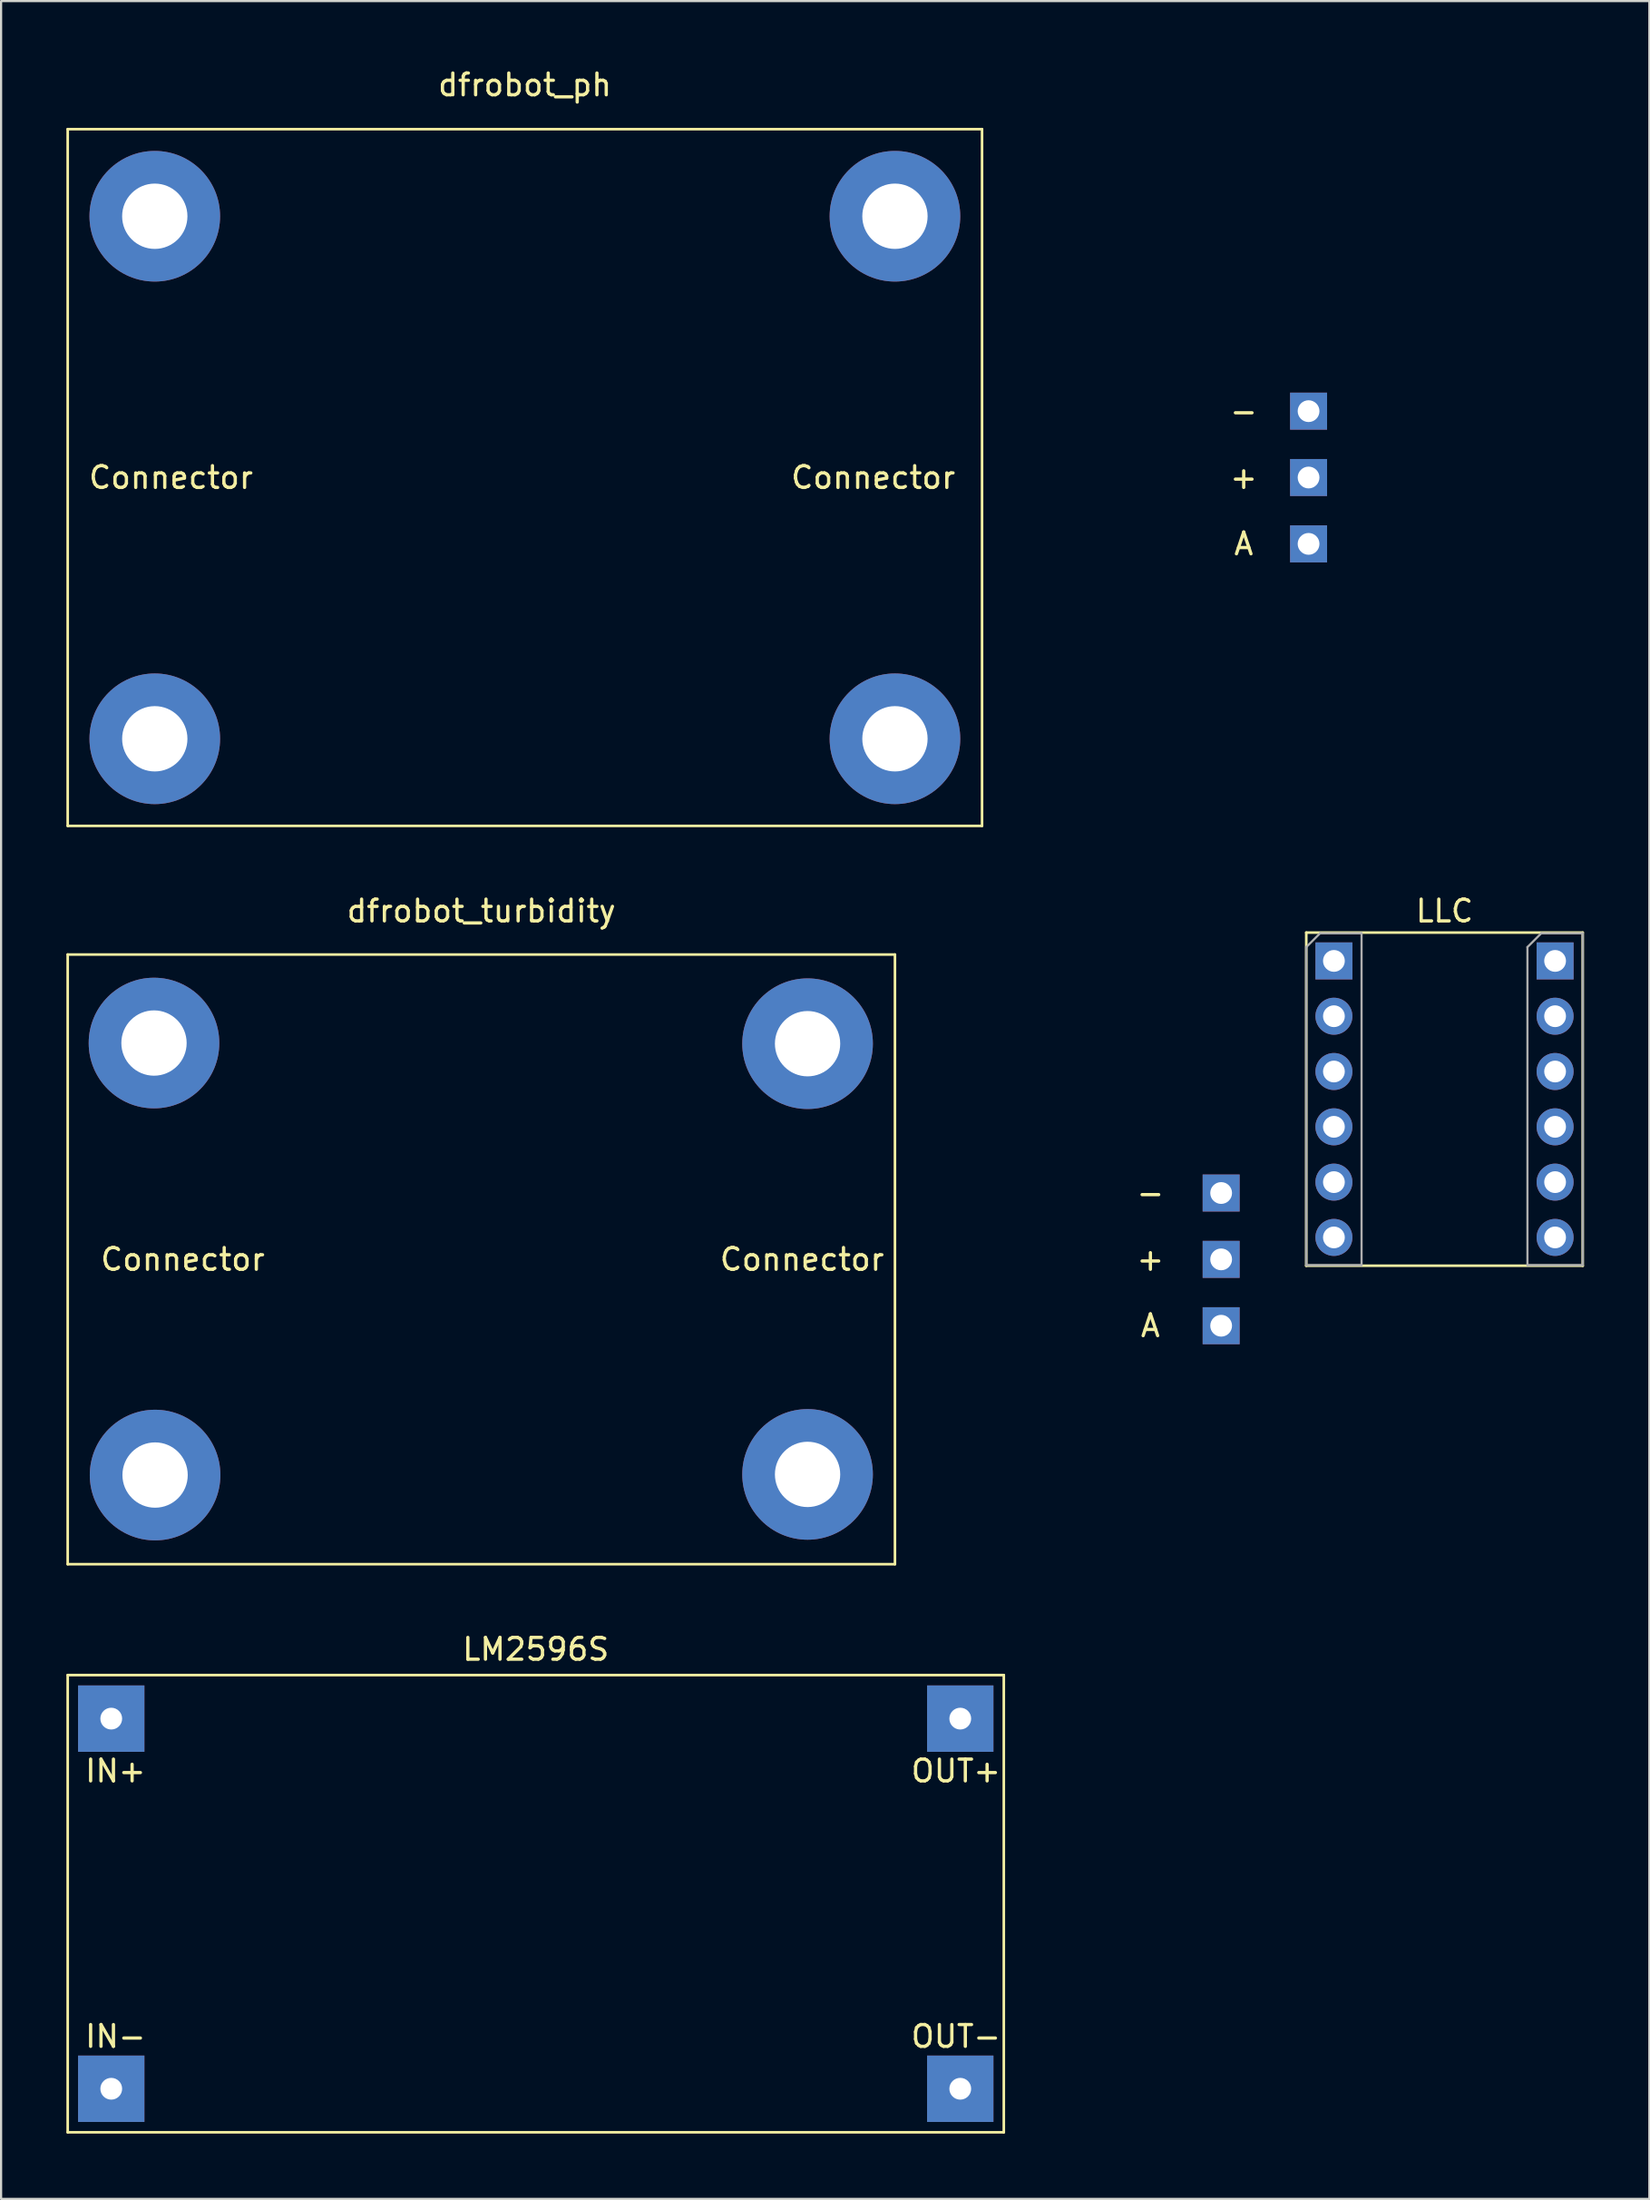
<source format=kicad_pcb>
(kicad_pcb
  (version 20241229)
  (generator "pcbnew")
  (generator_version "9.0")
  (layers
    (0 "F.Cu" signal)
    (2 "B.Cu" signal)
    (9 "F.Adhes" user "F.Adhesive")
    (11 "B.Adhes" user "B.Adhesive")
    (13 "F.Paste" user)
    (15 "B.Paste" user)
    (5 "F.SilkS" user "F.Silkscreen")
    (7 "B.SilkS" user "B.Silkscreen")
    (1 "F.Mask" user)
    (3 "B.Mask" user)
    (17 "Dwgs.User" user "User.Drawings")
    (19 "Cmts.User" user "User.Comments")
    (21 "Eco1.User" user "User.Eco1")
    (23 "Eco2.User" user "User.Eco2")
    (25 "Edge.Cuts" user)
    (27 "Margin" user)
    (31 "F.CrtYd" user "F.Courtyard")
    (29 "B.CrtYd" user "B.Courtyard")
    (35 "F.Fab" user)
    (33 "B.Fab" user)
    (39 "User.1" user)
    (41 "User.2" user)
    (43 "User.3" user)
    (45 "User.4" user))
  (footprint "dfrobot_turbidity"
    (layer "F.Cu")
    (at 19.06 54.792)
    (property "Reference" "dfrobot_turbidity" (at 0 -16.002 0) (layer "F.SilkS") (effects (font (size 1 1) (thickness 0.15))))
    (attr through_hole)
    (fp_line (start -19 -14) (end -19 14) (stroke (width 0.12) (type solid)) (layer "F.SilkS"))
    (fp_line (start -19 -14) (end 19 -14) (stroke (width 0.12) (type solid)) (layer "F.SilkS"))
    (fp_line (start -19 14) (end 19 14) (stroke (width 0.12) (type solid)) (layer "F.SilkS"))
    (fp_line (start 19 -14) (end 19 14) (stroke (width 0.12) (type solid)) (layer "F.SilkS"))
    (fp_text user "Connector" (at 14.732 0 0) (layer "F.SilkS") (effects (font (size 1 1) (thickness 0.15))))
    (fp_text user "Connector" (at -13.716 0 0) (layer "F.SilkS") (effects (font (size 1 1) (thickness 0.15))))
    (fp_text user "+" (at 30.734 0 0) (layer "F.SilkS") (effects (font (size 1 1) (thickness 0.15))))
    (fp_text user "-" (at 30.734 -3.048 0) (layer "F.SilkS") (effects (font (size 1 1) (thickness 0.15))))
    (fp_text user "A" (at 30.734 3.048 0) (layer "F.SilkS") (effects (font (size 1 1) (thickness 0.15))))
    (pad "1" thru_hole rect (at 33.984 -3.048) (size 1.7 1.7) (drill 1) (layers "*.Cu" "*.Mask"))
    (pad "2" thru_hole rect (at 33.984 0) (size 1.7 1.7) (drill 1) (layers "*.Cu" "*.Mask"))
    (pad "3" thru_hole rect (at 33.984 3.048) (size 1.7 1.7) (drill 1) (layers "*.Cu" "*.Mask"))
    (pad "4" thru_hole circle (at -15.036 -9.936) (size 6 6) (drill 3) (layers "*.Cu" "*.Mask"))
    (pad "5" thru_hole circle (at -14.986 9.906) (size 6 6) (drill 3) (layers "*.Cu" "*.Mask"))
    (pad "6" thru_hole circle (at 14.986 9.876) (size 6 6) (drill 3) (layers "*.Cu" "*.Mask"))
    (pad "7" thru_hole circle (at 14.986 -9.906) (size 6 6) (drill 3) (layers "*.Cu" "*.Mask")))
  (footprint "dfrobot_ph"
    (layer "F.Cu")
    (at 21.06 18.882)
    (property "Reference" "dfrobot_ph" (at 0 -18.034 0) (layer "F.SilkS") (effects (font (size 1 1) (thickness 0.15))))
    (attr through_hole)
    (fp_line (start -21 -16) (end -21 16) (stroke (width 0.12) (type solid)) (layer "F.SilkS"))
    (fp_line (start -21 -16) (end 21 -16) (stroke (width 0.12) (type solid)) (layer "F.SilkS"))
    (fp_line (start -21 16) (end 21 16) (stroke (width 0.12) (type solid)) (layer "F.SilkS"))
    (fp_line (start 21 -16) (end 21 16) (stroke (width 0.12) (type solid)) (layer "F.SilkS"))
    (fp_text user "-" (at 33.02 -3.048 0) (layer "F.SilkS") (effects (font (size 1 1) (thickness 0.15))))
    (fp_text user "Connector" (at 16.002 0 0) (layer "F.SilkS") (effects (font (size 1 1) (thickness 0.15))))
    (fp_text user "+" (at 33.02 0 0) (layer "F.SilkS") (effects (font (size 1 1) (thickness 0.15))))
    (fp_text user "Connector" (at -16.256 0 0) (layer "F.SilkS") (effects (font (size 1 1) (thickness 0.15))))
    (fp_text user "A" (at 33.02 3.048 0) (layer "F.SilkS") (effects (font (size 1 1) (thickness 0.15))))
    (pad "1" thru_hole rect (at 36 -3.048) (size 1.7 1.7) (drill 1) (layers "*.Cu" "*.Mask"))
    (pad "2" thru_hole rect (at 36 0) (size 1.7 1.7) (drill 1) (layers "*.Cu" "*.Mask"))
    (pad "3" thru_hole rect (at 36 3.048) (size 1.7 1.7) (drill 1) (layers "*.Cu" "*.Mask"))
    (pad "4" thru_hole circle (at -17 -12) (size 6 6) (drill 3) (layers "*.Cu" "*.Mask"))
    (pad "5" thru_hole circle (at -17 12) (size 6 6) (drill 3) (layers "*.Cu" "*.Mask"))
    (pad "6" thru_hole circle (at 17 12) (size 6 6) (drill 3) (layers "*.Cu" "*.Mask"))
    (pad "7" thru_hole circle (at 17 -12) (size 6 6) (drill 3) (layers "*.Cu" "*.Mask")))
  (footprint "LM2596S"
    (layer "F.Cu")
    (at 21.56 84.385)
    (property "Reference" "LM2596S" (at 0 -11.684 0) (layer "F.SilkS") (effects (font (size 1 1) (thickness 0.15))))
    (attr through_hole)
    (fp_line (start -21.5 -10.5) (end -21.5 10.5) (stroke (width 0.12) (type solid)) (layer "F.SilkS"))
    (fp_line (start -21.5 -10.5) (end 21.5 -10.5) (stroke (width 0.12) (type solid)) (layer "F.SilkS"))
    (fp_line (start -21.5 10.5) (end 21.5 10.5) (stroke (width 0.12) (type solid)) (layer "F.SilkS"))
    (fp_line (start 21.5 -10.5) (end 21.5 10.5) (stroke (width 0.12) (type solid)) (layer "F.SilkS"))
    (fp_text user "IN-" (at -19.304 6.096 0) (layer "F.SilkS") (effects (font (size 1 1) (thickness 0.15))))
    (fp_text user "OUT+" (at 19.304 -6.096 0) (layer "F.SilkS") (effects (font (size 1 1) (thickness 0.15))))
    (fp_text user "IN+" (at -19.304 -6.096 0) (layer "F.SilkS") (effects (font (size 1 1) (thickness 0.15))))
    (fp_text user "OUT-" (at 19.304 6.096 0) (layer "F.SilkS") (effects (font (size 1 1) (thickness 0.15))))
    (pad "1" thru_hole rect (at -19.5 -8.5) (size 3.048 3.048) (drill 1) (layers "*.Cu" "*.Mask"))
    (pad "2" thru_hole rect (at -19.5 8.5) (size 3.048 3.048) (drill 1) (layers "*.Cu" "*.Mask"))
    (pad "3" thru_hole rect (at 19.5 -8.5) (size 3.048 3.048) (drill 1) (layers "*.Cu" "*.Mask"))
    (pad "4" thru_hole rect (at 19.5 8.5) (size 3.048 3.048) (drill 1) (layers "*.Cu" "*.Mask")))
  (footprint "LLC"
    (layer "F.Cu")
    (at 63.304 47.434)
    (property "Reference" "LLC" (at 0 -8.644 0) (layer "F.SilkS") (effects (font (size 1 1) (thickness 0.15))))
    (attr through_hole)
    (fp_line (start -6.35 -7.65) (end -6.35 7.65) (stroke (width 0.12) (type solid)) (layer "F.SilkS"))
    (fp_line (start -6.35 -7.65) (end 6.35 -7.65) (stroke (width 0.12) (type solid)) (layer "F.SilkS"))
    (fp_line (start 6.35 -7.65) (end 6.35 7.65) (stroke (width 0.12) (type solid)) (layer "F.SilkS"))
    (fp_line (start 6.35 7.65) (end -6.35 7.65) (stroke (width 0.12) (type solid)) (layer "F.SilkS"))
    (fp_line (start -6.35 -6.985) (end -5.715 -7.62) (stroke (width 0.1) (type solid)) (layer "F.Fab"))
    (fp_line (start -6.35 7.62) (end -6.35 -6.985) (stroke (width 0.1) (type solid)) (layer "F.Fab"))
    (fp_line (start -5.715 -7.62) (end -3.81 -7.62) (stroke (width 0.1) (type solid)) (layer "F.Fab"))
    (fp_line (start -3.81 -7.62) (end -3.81 7.62) (stroke (width 0.1) (type solid)) (layer "F.Fab"))
    (fp_line (start -3.81 7.62) (end -6.35 7.62) (stroke (width 0.1) (type solid)) (layer "F.Fab"))
    (fp_line (start 3.81 -6.985) (end 4.445 -7.62) (stroke (width 0.1) (type solid)) (layer "F.Fab"))
    (fp_line (start 3.81 7.62) (end 3.81 -6.985) (stroke (width 0.1) (type solid)) (layer "F.Fab"))
    (fp_line (start 4.445 -7.62) (end 6.35 -7.62) (stroke (width 0.1) (type solid)) (layer "F.Fab"))
    (fp_line (start 6.35 -7.62) (end 6.35 7.62) (stroke (width 0.1) (type solid)) (layer "F.Fab"))
    (fp_line (start 6.35 7.62) (end 3.81 7.62) (stroke (width 0.1) (type solid)) (layer "F.Fab"))
    (pad "1" thru_hole rect (at 5.08 -6.35) (size 1.7 1.7) (drill 1) (layers "*.Cu" "*.Mask"))
    (pad "2" thru_hole oval (at 5.08 -3.81) (size 1.7 1.7) (drill 1) (layers "*.Cu" "*.Mask"))
    (pad "3" thru_hole oval (at 5.08 -1.27) (size 1.7 1.7) (drill 1) (layers "*.Cu" "*.Mask"))
    (pad "4" thru_hole oval (at 5.08 1.27) (size 1.7 1.7) (drill 1) (layers "*.Cu" "*.Mask"))
    (pad "5" thru_hole oval (at 5.08 3.81) (size 1.7 1.7) (drill 1) (layers "*.Cu" "*.Mask"))
    (pad "6" thru_hole oval (at 5.08 6.35) (size 1.7 1.7) (drill 1) (layers "*.Cu" "*.Mask"))
    (pad "7" thru_hole rect (at -5.08 -6.35) (size 1.7 1.7) (drill 1) (layers "*.Cu" "*.Mask"))
    (pad "8" thru_hole oval (at -5.08 -3.81) (size 1.7 1.7) (drill 1) (layers "*.Cu" "*.Mask"))
    (pad "9" thru_hole oval (at -5.08 -1.27) (size 1.7 1.7) (drill 1) (layers "*.Cu" "*.Mask"))
    (pad "10" thru_hole oval (at -5.08 1.27) (size 1.7 1.7) (drill 1) (layers "*.Cu" "*.Mask"))
    (pad "11" thru_hole oval (at -5.08 3.81) (size 1.7 1.7) (drill 1) (layers "*.Cu" "*.Mask"))
    (pad "12" thru_hole oval (at -5.08 6.35) (size 1.7 1.7) (drill 1) (layers "*.Cu" "*.Mask")))
  (gr_rect
    (start -3 -3)
    (end 72.714 97.945)
    (stroke (width 0.1) (type default))
    (fill no)
    (layer "Edge.Cuts")))
</source>
